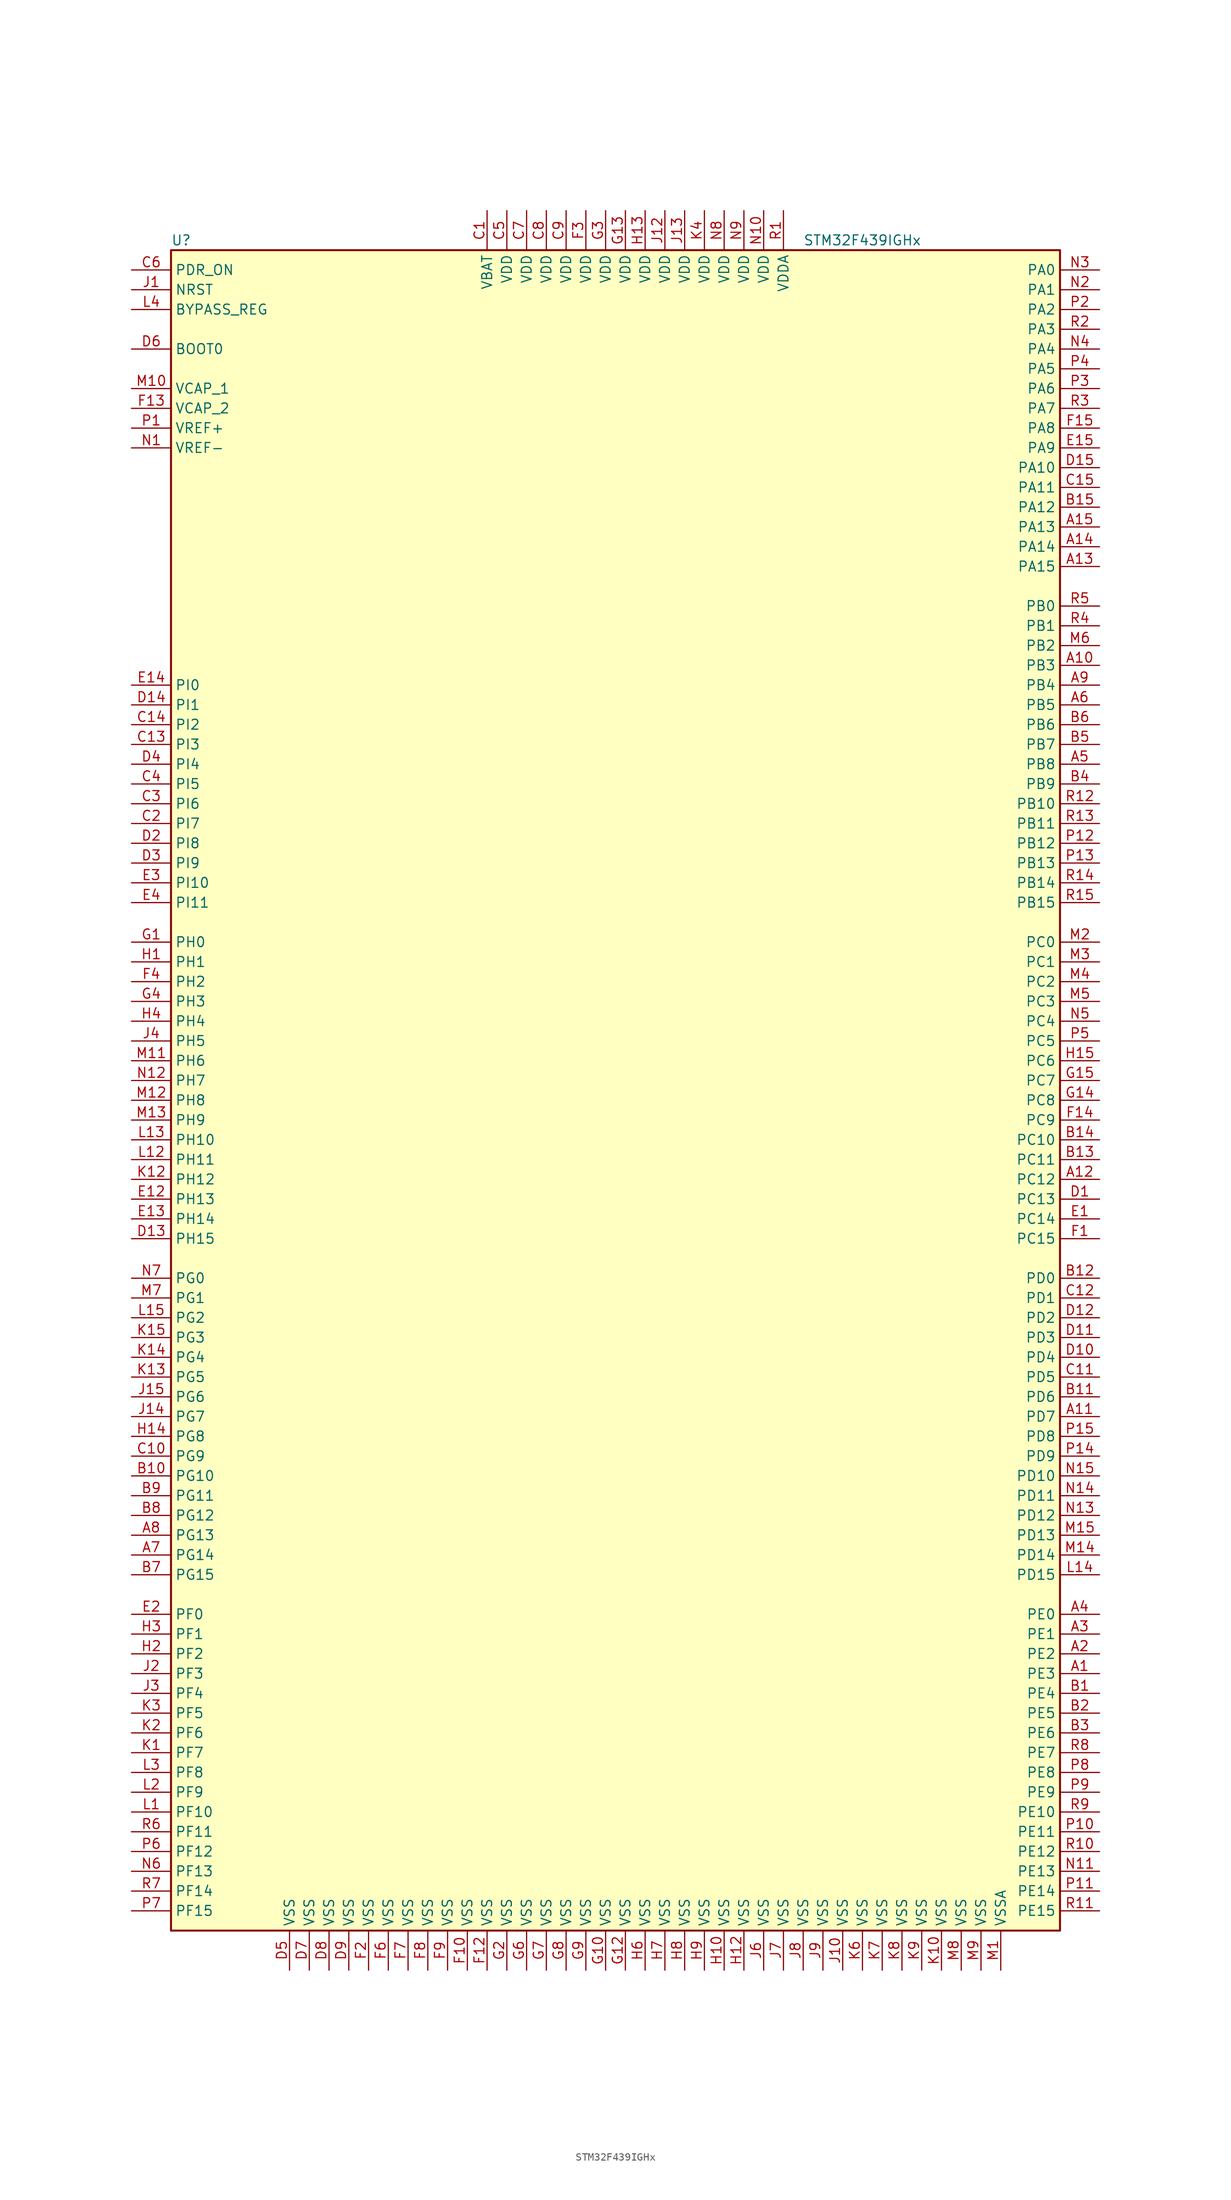
<source format=kicad_sym>
(kicad_symbol_lib
  (version 20201005)
  (generator kicad_symbol_editor)
  (symbol "MCU_ST_STM32F4:STM32F439IGHx"
    (property "Reference" "U"
      (at -58.42 107.95 0)
      (effects (font (size 1.27 1.27)) (justify left)))
    (property "Value" "STM32F439IGHx"
      (at 22.86 107.95 0)
      (effects (font (size 1.27 1.27)) (justify left)))
    (symbol "STM32F439IGHx_0_1"
      (rectangle (start -58.42 -109.22) (end 55.88 106.68) (stroke (width 0.254)) (fill (type background))))
    (symbol "STM32F439IGHx_1_1"
      (pin input line (at -63.5 93.98 0) (length 5.08) (name "BOOT0" (effects (font (size 1.27 1.27)))) (number "D6" (effects (font (size 1.27 1.27)))))
      (pin input line (at -63.5 99.06 0) (length 5.08) (name "BYPASS_REG" (effects (font (size 1.27 1.27)))) (number "L4" (effects (font (size 1.27 1.27)))))
      (pin input line (at -63.5 101.6 0) (length 5.08) (name "NRST" (effects (font (size 1.27 1.27)))) (number "J1" (effects (font (size 1.27 1.27)))))
      (pin bidirectional line (at 60.96 104.14 180) (length 5.08) (name "PA0" (effects (font (size 1.27 1.27)))) (number "N3" (effects (font (size 1.27 1.27)))))
      (pin bidirectional line (at 60.96 101.6 180) (length 5.08) (name "PA1" (effects (font (size 1.27 1.27)))) (number "N2" (effects (font (size 1.27 1.27)))))
      (pin bidirectional line (at 60.96 78.74 180) (length 5.08) (name "PA10" (effects (font (size 1.27 1.27)))) (number "D15" (effects (font (size 1.27 1.27)))))
      (pin bidirectional line (at 60.96 76.2 180) (length 5.08) (name "PA11" (effects (font (size 1.27 1.27)))) (number "C15" (effects (font (size 1.27 1.27)))))
      (pin bidirectional line (at 60.96 73.66 180) (length 5.08) (name "PA12" (effects (font (size 1.27 1.27)))) (number "B15" (effects (font (size 1.27 1.27)))))
      (pin bidirectional line (at 60.96 71.12 180) (length 5.08) (name "PA13" (effects (font (size 1.27 1.27)))) (number "A15" (effects (font (size 1.27 1.27)))))
      (pin bidirectional line (at 60.96 68.58 180) (length 5.08) (name "PA14" (effects (font (size 1.27 1.27)))) (number "A14" (effects (font (size 1.27 1.27)))))
      (pin bidirectional line (at 60.96 66.04 180) (length 5.08) (name "PA15" (effects (font (size 1.27 1.27)))) (number "A13" (effects (font (size 1.27 1.27)))))
      (pin bidirectional line (at 60.96 99.06 180) (length 5.08) (name "PA2" (effects (font (size 1.27 1.27)))) (number "P2" (effects (font (size 1.27 1.27)))))
      (pin bidirectional line (at 60.96 96.52 180) (length 5.08) (name "PA3" (effects (font (size 1.27 1.27)))) (number "R2" (effects (font (size 1.27 1.27)))))
      (pin bidirectional line (at 60.96 93.98 180) (length 5.08) (name "PA4" (effects (font (size 1.27 1.27)))) (number "N4" (effects (font (size 1.27 1.27)))))
      (pin bidirectional line (at 60.96 91.44 180) (length 5.08) (name "PA5" (effects (font (size 1.27 1.27)))) (number "P4" (effects (font (size 1.27 1.27)))))
      (pin bidirectional line (at 60.96 88.9 180) (length 5.08) (name "PA6" (effects (font (size 1.27 1.27)))) (number "P3" (effects (font (size 1.27 1.27)))))
      (pin bidirectional line (at 60.96 86.36 180) (length 5.08) (name "PA7" (effects (font (size 1.27 1.27)))) (number "R3" (effects (font (size 1.27 1.27)))))
      (pin bidirectional line (at 60.96 83.82 180) (length 5.08) (name "PA8" (effects (font (size 1.27 1.27)))) (number "F15" (effects (font (size 1.27 1.27)))))
      (pin bidirectional line (at 60.96 81.28 180) (length 5.08) (name "PA9" (effects (font (size 1.27 1.27)))) (number "E15" (effects (font (size 1.27 1.27)))))
      (pin bidirectional line (at 60.96 60.96 180) (length 5.08) (name "PB0" (effects (font (size 1.27 1.27)))) (number "R5" (effects (font (size 1.27 1.27)))))
      (pin bidirectional line (at 60.96 58.42 180) (length 5.08) (name "PB1" (effects (font (size 1.27 1.27)))) (number "R4" (effects (font (size 1.27 1.27)))))
      (pin bidirectional line (at 60.96 35.56 180) (length 5.08) (name "PB10" (effects (font (size 1.27 1.27)))) (number "R12" (effects (font (size 1.27 1.27)))))
      (pin bidirectional line (at 60.96 33.02 180) (length 5.08) (name "PB11" (effects (font (size 1.27 1.27)))) (number "R13" (effects (font (size 1.27 1.27)))))
      (pin bidirectional line (at 60.96 30.48 180) (length 5.08) (name "PB12" (effects (font (size 1.27 1.27)))) (number "P12" (effects (font (size 1.27 1.27)))))
      (pin bidirectional line (at 60.96 27.94 180) (length 5.08) (name "PB13" (effects (font (size 1.27 1.27)))) (number "P13" (effects (font (size 1.27 1.27)))))
      (pin bidirectional line (at 60.96 25.4 180) (length 5.08) (name "PB14" (effects (font (size 1.27 1.27)))) (number "R14" (effects (font (size 1.27 1.27)))))
      (pin bidirectional line (at 60.96 22.86 180) (length 5.08) (name "PB15" (effects (font (size 1.27 1.27)))) (number "R15" (effects (font (size 1.27 1.27)))))
      (pin bidirectional line (at 60.96 55.88 180) (length 5.08) (name "PB2" (effects (font (size 1.27 1.27)))) (number "M6" (effects (font (size 1.27 1.27)))))
      (pin bidirectional line (at 60.96 53.34 180) (length 5.08) (name "PB3" (effects (font (size 1.27 1.27)))) (number "A10" (effects (font (size 1.27 1.27)))))
      (pin bidirectional line (at 60.96 50.8 180) (length 5.08) (name "PB4" (effects (font (size 1.27 1.27)))) (number "A9" (effects (font (size 1.27 1.27)))))
      (pin bidirectional line (at 60.96 48.26 180) (length 5.08) (name "PB5" (effects (font (size 1.27 1.27)))) (number "A6" (effects (font (size 1.27 1.27)))))
      (pin bidirectional line (at 60.96 45.72 180) (length 5.08) (name "PB6" (effects (font (size 1.27 1.27)))) (number "B6" (effects (font (size 1.27 1.27)))))
      (pin bidirectional line (at 60.96 43.18 180) (length 5.08) (name "PB7" (effects (font (size 1.27 1.27)))) (number "B5" (effects (font (size 1.27 1.27)))))
      (pin bidirectional line (at 60.96 40.64 180) (length 5.08) (name "PB8" (effects (font (size 1.27 1.27)))) (number "A5" (effects (font (size 1.27 1.27)))))
      (pin bidirectional line (at 60.96 38.1 180) (length 5.08) (name "PB9" (effects (font (size 1.27 1.27)))) (number "B4" (effects (font (size 1.27 1.27)))))
      (pin bidirectional line (at 60.96 17.78 180) (length 5.08) (name "PC0" (effects (font (size 1.27 1.27)))) (number "M2" (effects (font (size 1.27 1.27)))))
      (pin bidirectional line (at 60.96 15.24 180) (length 5.08) (name "PC1" (effects (font (size 1.27 1.27)))) (number "M3" (effects (font (size 1.27 1.27)))))
      (pin bidirectional line (at 60.96 -7.62 180) (length 5.08) (name "PC10" (effects (font (size 1.27 1.27)))) (number "B14" (effects (font (size 1.27 1.27)))))
      (pin bidirectional line (at 60.96 -10.16 180) (length 5.08) (name "PC11" (effects (font (size 1.27 1.27)))) (number "B13" (effects (font (size 1.27 1.27)))))
      (pin bidirectional line (at 60.96 -12.7 180) (length 5.08) (name "PC12" (effects (font (size 1.27 1.27)))) (number "A12" (effects (font (size 1.27 1.27)))))
      (pin bidirectional line (at 60.96 -15.24 180) (length 5.08) (name "PC13" (effects (font (size 1.27 1.27)))) (number "D1" (effects (font (size 1.27 1.27)))))
      (pin bidirectional line (at 60.96 -17.78 180) (length 5.08) (name "PC14" (effects (font (size 1.27 1.27)))) (number "E1" (effects (font (size 1.27 1.27)))))
      (pin bidirectional line (at 60.96 -20.32 180) (length 5.08) (name "PC15" (effects (font (size 1.27 1.27)))) (number "F1" (effects (font (size 1.27 1.27)))))
      (pin bidirectional line (at 60.96 12.7 180) (length 5.08) (name "PC2" (effects (font (size 1.27 1.27)))) (number "M4" (effects (font (size 1.27 1.27)))))
      (pin bidirectional line (at 60.96 10.16 180) (length 5.08) (name "PC3" (effects (font (size 1.27 1.27)))) (number "M5" (effects (font (size 1.27 1.27)))))
      (pin bidirectional line (at 60.96 7.62 180) (length 5.08) (name "PC4" (effects (font (size 1.27 1.27)))) (number "N5" (effects (font (size 1.27 1.27)))))
      (pin bidirectional line (at 60.96 5.08 180) (length 5.08) (name "PC5" (effects (font (size 1.27 1.27)))) (number "P5" (effects (font (size 1.27 1.27)))))
      (pin bidirectional line (at 60.96 2.54 180) (length 5.08) (name "PC6" (effects (font (size 1.27 1.27)))) (number "H15" (effects (font (size 1.27 1.27)))))
      (pin bidirectional line (at 60.96 0 180) (length 5.08) (name "PC7" (effects (font (size 1.27 1.27)))) (number "G15" (effects (font (size 1.27 1.27)))))
      (pin bidirectional line (at 60.96 -2.54 180) (length 5.08) (name "PC8" (effects (font (size 1.27 1.27)))) (number "G14" (effects (font (size 1.27 1.27)))))
      (pin bidirectional line (at 60.96 -5.08 180) (length 5.08) (name "PC9" (effects (font (size 1.27 1.27)))) (number "F14" (effects (font (size 1.27 1.27)))))
      (pin bidirectional line (at 60.96 -25.4 180) (length 5.08) (name "PD0" (effects (font (size 1.27 1.27)))) (number "B12" (effects (font (size 1.27 1.27)))))
      (pin bidirectional line (at 60.96 -27.94 180) (length 5.08) (name "PD1" (effects (font (size 1.27 1.27)))) (number "C12" (effects (font (size 1.27 1.27)))))
      (pin bidirectional line (at 60.96 -50.8 180) (length 5.08) (name "PD10" (effects (font (size 1.27 1.27)))) (number "N15" (effects (font (size 1.27 1.27)))))
      (pin bidirectional line (at 60.96 -53.34 180) (length 5.08) (name "PD11" (effects (font (size 1.27 1.27)))) (number "N14" (effects (font (size 1.27 1.27)))))
      (pin bidirectional line (at 60.96 -55.88 180) (length 5.08) (name "PD12" (effects (font (size 1.27 1.27)))) (number "N13" (effects (font (size 1.27 1.27)))))
      (pin bidirectional line (at 60.96 -58.42 180) (length 5.08) (name "PD13" (effects (font (size 1.27 1.27)))) (number "M15" (effects (font (size 1.27 1.27)))))
      (pin bidirectional line (at 60.96 -60.96 180) (length 5.08) (name "PD14" (effects (font (size 1.27 1.27)))) (number "M14" (effects (font (size 1.27 1.27)))))
      (pin bidirectional line (at 60.96 -63.5 180) (length 5.08) (name "PD15" (effects (font (size 1.27 1.27)))) (number "L14" (effects (font (size 1.27 1.27)))))
      (pin bidirectional line (at 60.96 -30.48 180) (length 5.08) (name "PD2" (effects (font (size 1.27 1.27)))) (number "D12" (effects (font (size 1.27 1.27)))))
      (pin bidirectional line (at 60.96 -33.02 180) (length 5.08) (name "PD3" (effects (font (size 1.27 1.27)))) (number "D11" (effects (font (size 1.27 1.27)))))
      (pin bidirectional line (at 60.96 -35.56 180) (length 5.08) (name "PD4" (effects (font (size 1.27 1.27)))) (number "D10" (effects (font (size 1.27 1.27)))))
      (pin bidirectional line (at 60.96 -38.1 180) (length 5.08) (name "PD5" (effects (font (size 1.27 1.27)))) (number "C11" (effects (font (size 1.27 1.27)))))
      (pin bidirectional line (at 60.96 -40.64 180) (length 5.08) (name "PD6" (effects (font (size 1.27 1.27)))) (number "B11" (effects (font (size 1.27 1.27)))))
      (pin bidirectional line (at 60.96 -43.18 180) (length 5.08) (name "PD7" (effects (font (size 1.27 1.27)))) (number "A11" (effects (font (size 1.27 1.27)))))
      (pin bidirectional line (at 60.96 -45.72 180) (length 5.08) (name "PD8" (effects (font (size 1.27 1.27)))) (number "P15" (effects (font (size 1.27 1.27)))))
      (pin bidirectional line (at 60.96 -48.26 180) (length 5.08) (name "PD9" (effects (font (size 1.27 1.27)))) (number "P14" (effects (font (size 1.27 1.27)))))
      (pin input line (at -63.5 104.14 0) (length 5.08) (name "PDR_ON" (effects (font (size 1.27 1.27)))) (number "C6" (effects (font (size 1.27 1.27)))))
      (pin bidirectional line (at 60.96 -68.58 180) (length 5.08) (name "PE0" (effects (font (size 1.27 1.27)))) (number "A4" (effects (font (size 1.27 1.27)))))
      (pin bidirectional line (at 60.96 -71.12 180) (length 5.08) (name "PE1" (effects (font (size 1.27 1.27)))) (number "A3" (effects (font (size 1.27 1.27)))))
      (pin bidirectional line (at 60.96 -93.98 180) (length 5.08) (name "PE10" (effects (font (size 1.27 1.27)))) (number "R9" (effects (font (size 1.27 1.27)))))
      (pin bidirectional line (at 60.96 -96.52 180) (length 5.08) (name "PE11" (effects (font (size 1.27 1.27)))) (number "P10" (effects (font (size 1.27 1.27)))))
      (pin bidirectional line (at 60.96 -99.06 180) (length 5.08) (name "PE12" (effects (font (size 1.27 1.27)))) (number "R10" (effects (font (size 1.27 1.27)))))
      (pin bidirectional line (at 60.96 -101.6 180) (length 5.08) (name "PE13" (effects (font (size 1.27 1.27)))) (number "N11" (effects (font (size 1.27 1.27)))))
      (pin bidirectional line (at 60.96 -104.14 180) (length 5.08) (name "PE14" (effects (font (size 1.27 1.27)))) (number "P11" (effects (font (size 1.27 1.27)))))
      (pin bidirectional line (at 60.96 -106.68 180) (length 5.08) (name "PE15" (effects (font (size 1.27 1.27)))) (number "R11" (effects (font (size 1.27 1.27)))))
      (pin bidirectional line (at 60.96 -73.66 180) (length 5.08) (name "PE2" (effects (font (size 1.27 1.27)))) (number "A2" (effects (font (size 1.27 1.27)))))
      (pin bidirectional line (at 60.96 -76.2 180) (length 5.08) (name "PE3" (effects (font (size 1.27 1.27)))) (number "A1" (effects (font (size 1.27 1.27)))))
      (pin bidirectional line (at 60.96 -78.74 180) (length 5.08) (name "PE4" (effects (font (size 1.27 1.27)))) (number "B1" (effects (font (size 1.27 1.27)))))
      (pin bidirectional line (at 60.96 -81.28 180) (length 5.08) (name "PE5" (effects (font (size 1.27 1.27)))) (number "B2" (effects (font (size 1.27 1.27)))))
      (pin bidirectional line (at 60.96 -83.82 180) (length 5.08) (name "PE6" (effects (font (size 1.27 1.27)))) (number "B3" (effects (font (size 1.27 1.27)))))
      (pin bidirectional line (at 60.96 -86.36 180) (length 5.08) (name "PE7" (effects (font (size 1.27 1.27)))) (number "R8" (effects (font (size 1.27 1.27)))))
      (pin bidirectional line (at 60.96 -88.9 180) (length 5.08) (name "PE8" (effects (font (size 1.27 1.27)))) (number "P8" (effects (font (size 1.27 1.27)))))
      (pin bidirectional line (at 60.96 -91.44 180) (length 5.08) (name "PE9" (effects (font (size 1.27 1.27)))) (number "P9" (effects (font (size 1.27 1.27)))))
      (pin bidirectional line (at -63.5 -68.58 0) (length 5.08) (name "PF0" (effects (font (size 1.27 1.27)))) (number "E2" (effects (font (size 1.27 1.27)))))
      (pin bidirectional line (at -63.5 -71.12 0) (length 5.08) (name "PF1" (effects (font (size 1.27 1.27)))) (number "H3" (effects (font (size 1.27 1.27)))))
      (pin bidirectional line (at -63.5 -93.98 0) (length 5.08) (name "PF10" (effects (font (size 1.27 1.27)))) (number "L1" (effects (font (size 1.27 1.27)))))
      (pin bidirectional line (at -63.5 -96.52 0) (length 5.08) (name "PF11" (effects (font (size 1.27 1.27)))) (number "R6" (effects (font (size 1.27 1.27)))))
      (pin bidirectional line (at -63.5 -99.06 0) (length 5.08) (name "PF12" (effects (font (size 1.27 1.27)))) (number "P6" (effects (font (size 1.27 1.27)))))
      (pin bidirectional line (at -63.5 -101.6 0) (length 5.08) (name "PF13" (effects (font (size 1.27 1.27)))) (number "N6" (effects (font (size 1.27 1.27)))))
      (pin bidirectional line (at -63.5 -104.14 0) (length 5.08) (name "PF14" (effects (font (size 1.27 1.27)))) (number "R7" (effects (font (size 1.27 1.27)))))
      (pin bidirectional line (at -63.5 -106.68 0) (length 5.08) (name "PF15" (effects (font (size 1.27 1.27)))) (number "P7" (effects (font (size 1.27 1.27)))))
      (pin bidirectional line (at -63.5 -73.66 0) (length 5.08) (name "PF2" (effects (font (size 1.27 1.27)))) (number "H2" (effects (font (size 1.27 1.27)))))
      (pin bidirectional line (at -63.5 -76.2 0) (length 5.08) (name "PF3" (effects (font (size 1.27 1.27)))) (number "J2" (effects (font (size 1.27 1.27)))))
      (pin bidirectional line (at -63.5 -78.74 0) (length 5.08) (name "PF4" (effects (font (size 1.27 1.27)))) (number "J3" (effects (font (size 1.27 1.27)))))
      (pin bidirectional line (at -63.5 -81.28 0) (length 5.08) (name "PF5" (effects (font (size 1.27 1.27)))) (number "K3" (effects (font (size 1.27 1.27)))))
      (pin bidirectional line (at -63.5 -83.82 0) (length 5.08) (name "PF6" (effects (font (size 1.27 1.27)))) (number "K2" (effects (font (size 1.27 1.27)))))
      (pin bidirectional line (at -63.5 -86.36 0) (length 5.08) (name "PF7" (effects (font (size 1.27 1.27)))) (number "K1" (effects (font (size 1.27 1.27)))))
      (pin bidirectional line (at -63.5 -88.9 0) (length 5.08) (name "PF8" (effects (font (size 1.27 1.27)))) (number "L3" (effects (font (size 1.27 1.27)))))
      (pin bidirectional line (at -63.5 -91.44 0) (length 5.08) (name "PF9" (effects (font (size 1.27 1.27)))) (number "L2" (effects (font (size 1.27 1.27)))))
      (pin bidirectional line (at -63.5 -25.4 0) (length 5.08) (name "PG0" (effects (font (size 1.27 1.27)))) (number "N7" (effects (font (size 1.27 1.27)))))
      (pin bidirectional line (at -63.5 -27.94 0) (length 5.08) (name "PG1" (effects (font (size 1.27 1.27)))) (number "M7" (effects (font (size 1.27 1.27)))))
      (pin bidirectional line (at -63.5 -50.8 0) (length 5.08) (name "PG10" (effects (font (size 1.27 1.27)))) (number "B10" (effects (font (size 1.27 1.27)))))
      (pin bidirectional line (at -63.5 -53.34 0) (length 5.08) (name "PG11" (effects (font (size 1.27 1.27)))) (number "B9" (effects (font (size 1.27 1.27)))))
      (pin bidirectional line (at -63.5 -55.88 0) (length 5.08) (name "PG12" (effects (font (size 1.27 1.27)))) (number "B8" (effects (font (size 1.27 1.27)))))
      (pin bidirectional line (at -63.5 -58.42 0) (length 5.08) (name "PG13" (effects (font (size 1.27 1.27)))) (number "A8" (effects (font (size 1.27 1.27)))))
      (pin bidirectional line (at -63.5 -60.96 0) (length 5.08) (name "PG14" (effects (font (size 1.27 1.27)))) (number "A7" (effects (font (size 1.27 1.27)))))
      (pin bidirectional line (at -63.5 -63.5 0) (length 5.08) (name "PG15" (effects (font (size 1.27 1.27)))) (number "B7" (effects (font (size 1.27 1.27)))))
      (pin bidirectional line (at -63.5 -30.48 0) (length 5.08) (name "PG2" (effects (font (size 1.27 1.27)))) (number "L15" (effects (font (size 1.27 1.27)))))
      (pin bidirectional line (at -63.5 -33.02 0) (length 5.08) (name "PG3" (effects (font (size 1.27 1.27)))) (number "K15" (effects (font (size 1.27 1.27)))))
      (pin bidirectional line (at -63.5 -35.56 0) (length 5.08) (name "PG4" (effects (font (size 1.27 1.27)))) (number "K14" (effects (font (size 1.27 1.27)))))
      (pin bidirectional line (at -63.5 -38.1 0) (length 5.08) (name "PG5" (effects (font (size 1.27 1.27)))) (number "K13" (effects (font (size 1.27 1.27)))))
      (pin bidirectional line (at -63.5 -40.64 0) (length 5.08) (name "PG6" (effects (font (size 1.27 1.27)))) (number "J15" (effects (font (size 1.27 1.27)))))
      (pin bidirectional line (at -63.5 -43.18 0) (length 5.08) (name "PG7" (effects (font (size 1.27 1.27)))) (number "J14" (effects (font (size 1.27 1.27)))))
      (pin bidirectional line (at -63.5 -45.72 0) (length 5.08) (name "PG8" (effects (font (size 1.27 1.27)))) (number "H14" (effects (font (size 1.27 1.27)))))
      (pin bidirectional line (at -63.5 -48.26 0) (length 5.08) (name "PG9" (effects (font (size 1.27 1.27)))) (number "C10" (effects (font (size 1.27 1.27)))))
      (pin input line (at -63.5 17.78 0) (length 5.08) (name "PH0" (effects (font (size 1.27 1.27)))) (number "G1" (effects (font (size 1.27 1.27)))))
      (pin input line (at -63.5 15.24 0) (length 5.08) (name "PH1" (effects (font (size 1.27 1.27)))) (number "H1" (effects (font (size 1.27 1.27)))))
      (pin bidirectional line (at -63.5 -7.62 0) (length 5.08) (name "PH10" (effects (font (size 1.27 1.27)))) (number "L13" (effects (font (size 1.27 1.27)))))
      (pin bidirectional line (at -63.5 -10.16 0) (length 5.08) (name "PH11" (effects (font (size 1.27 1.27)))) (number "L12" (effects (font (size 1.27 1.27)))))
      (pin bidirectional line (at -63.5 -12.7 0) (length 5.08) (name "PH12" (effects (font (size 1.27 1.27)))) (number "K12" (effects (font (size 1.27 1.27)))))
      (pin bidirectional line (at -63.5 -15.24 0) (length 5.08) (name "PH13" (effects (font (size 1.27 1.27)))) (number "E12" (effects (font (size 1.27 1.27)))))
      (pin bidirectional line (at -63.5 -17.78 0) (length 5.08) (name "PH14" (effects (font (size 1.27 1.27)))) (number "E13" (effects (font (size 1.27 1.27)))))
      (pin bidirectional line (at -63.5 -20.32 0) (length 5.08) (name "PH15" (effects (font (size 1.27 1.27)))) (number "D13" (effects (font (size 1.27 1.27)))))
      (pin bidirectional line (at -63.5 12.7 0) (length 5.08) (name "PH2" (effects (font (size 1.27 1.27)))) (number "F4" (effects (font (size 1.27 1.27)))))
      (pin bidirectional line (at -63.5 10.16 0) (length 5.08) (name "PH3" (effects (font (size 1.27 1.27)))) (number "G4" (effects (font (size 1.27 1.27)))))
      (pin bidirectional line (at -63.5 7.62 0) (length 5.08) (name "PH4" (effects (font (size 1.27 1.27)))) (number "H4" (effects (font (size 1.27 1.27)))))
      (pin bidirectional line (at -63.5 5.08 0) (length 5.08) (name "PH5" (effects (font (size 1.27 1.27)))) (number "J4" (effects (font (size 1.27 1.27)))))
      (pin bidirectional line (at -63.5 2.54 0) (length 5.08) (name "PH6" (effects (font (size 1.27 1.27)))) (number "M11" (effects (font (size 1.27 1.27)))))
      (pin bidirectional line (at -63.5 0 0) (length 5.08) (name "PH7" (effects (font (size 1.27 1.27)))) (number "N12" (effects (font (size 1.27 1.27)))))
      (pin bidirectional line (at -63.5 -2.54 0) (length 5.08) (name "PH8" (effects (font (size 1.27 1.27)))) (number "M12" (effects (font (size 1.27 1.27)))))
      (pin bidirectional line (at -63.5 -5.08 0) (length 5.08) (name "PH9" (effects (font (size 1.27 1.27)))) (number "M13" (effects (font (size 1.27 1.27)))))
      (pin bidirectional line (at -63.5 50.8 0) (length 5.08) (name "PI0" (effects (font (size 1.27 1.27)))) (number "E14" (effects (font (size 1.27 1.27)))))
      (pin bidirectional line (at -63.5 48.26 0) (length 5.08) (name "PI1" (effects (font (size 1.27 1.27)))) (number "D14" (effects (font (size 1.27 1.27)))))
      (pin bidirectional line (at -63.5 25.4 0) (length 5.08) (name "PI10" (effects (font (size 1.27 1.27)))) (number "E3" (effects (font (size 1.27 1.27)))))
      (pin bidirectional line (at -63.5 22.86 0) (length 5.08) (name "PI11" (effects (font (size 1.27 1.27)))) (number "E4" (effects (font (size 1.27 1.27)))))
      (pin bidirectional line (at -63.5 45.72 0) (length 5.08) (name "PI2" (effects (font (size 1.27 1.27)))) (number "C14" (effects (font (size 1.27 1.27)))))
      (pin bidirectional line (at -63.5 43.18 0) (length 5.08) (name "PI3" (effects (font (size 1.27 1.27)))) (number "C13" (effects (font (size 1.27 1.27)))))
      (pin bidirectional line (at -63.5 40.64 0) (length 5.08) (name "PI4" (effects (font (size 1.27 1.27)))) (number "D4" (effects (font (size 1.27 1.27)))))
      (pin bidirectional line (at -63.5 38.1 0) (length 5.08) (name "PI5" (effects (font (size 1.27 1.27)))) (number "C4" (effects (font (size 1.27 1.27)))))
      (pin bidirectional line (at -63.5 35.56 0) (length 5.08) (name "PI6" (effects (font (size 1.27 1.27)))) (number "C3" (effects (font (size 1.27 1.27)))))
      (pin bidirectional line (at -63.5 33.02 0) (length 5.08) (name "PI7" (effects (font (size 1.27 1.27)))) (number "C2" (effects (font (size 1.27 1.27)))))
      (pin bidirectional line (at -63.5 30.48 0) (length 5.08) (name "PI8" (effects (font (size 1.27 1.27)))) (number "D2" (effects (font (size 1.27 1.27)))))
      (pin bidirectional line (at -63.5 27.94 0) (length 5.08) (name "PI9" (effects (font (size 1.27 1.27)))) (number "D3" (effects (font (size 1.27 1.27)))))
      (pin power_in line (at -17.78 111.76 270) (length 5.08) (name "VBAT" (effects (font (size 1.27 1.27)))) (number "C1" (effects (font (size 1.27 1.27)))))
      (pin power_in line (at -63.5 88.9 0) (length 5.08) (name "VCAP_1" (effects (font (size 1.27 1.27)))) (number "M10" (effects (font (size 1.27 1.27)))))
      (pin power_in line (at -63.5 86.36 0) (length 5.08) (name "VCAP_2" (effects (font (size 1.27 1.27)))) (number "F13" (effects (font (size 1.27 1.27)))))
      (pin power_in line (at -15.24 111.76 270) (length 5.08) (name "VDD" (effects (font (size 1.27 1.27)))) (number "C5" (effects (font (size 1.27 1.27)))))
      (pin power_in line (at -12.7 111.76 270) (length 5.08) (name "VDD" (effects (font (size 1.27 1.27)))) (number "C7" (effects (font (size 1.27 1.27)))))
      (pin power_in line (at -10.16 111.76 270) (length 5.08) (name "VDD" (effects (font (size 1.27 1.27)))) (number "C8" (effects (font (size 1.27 1.27)))))
      (pin power_in line (at -7.62 111.76 270) (length 5.08) (name "VDD" (effects (font (size 1.27 1.27)))) (number "C9" (effects (font (size 1.27 1.27)))))
      (pin power_in line (at -5.08 111.76 270) (length 5.08) (name "VDD" (effects (font (size 1.27 1.27)))) (number "F3" (effects (font (size 1.27 1.27)))))
      (pin power_in line (at 0 111.76 270) (length 5.08) (name "VDD" (effects (font (size 1.27 1.27)))) (number "G13" (effects (font (size 1.27 1.27)))))
      (pin power_in line (at -2.54 111.76 270) (length 5.08) (name "VDD" (effects (font (size 1.27 1.27)))) (number "G3" (effects (font (size 1.27 1.27)))))
      (pin power_in line (at 2.54 111.76 270) (length 5.08) (name "VDD" (effects (font (size 1.27 1.27)))) (number "H13" (effects (font (size 1.27 1.27)))))
      (pin power_in line (at 5.08 111.76 270) (length 5.08) (name "VDD" (effects (font (size 1.27 1.27)))) (number "J12" (effects (font (size 1.27 1.27)))))
      (pin power_in line (at 7.62 111.76 270) (length 5.08) (name "VDD" (effects (font (size 1.27 1.27)))) (number "J13" (effects (font (size 1.27 1.27)))))
      (pin power_in line (at 10.16 111.76 270) (length 5.08) (name "VDD" (effects (font (size 1.27 1.27)))) (number "K4" (effects (font (size 1.27 1.27)))))
      (pin power_in line (at 17.78 111.76 270) (length 5.08) (name "VDD" (effects (font (size 1.27 1.27)))) (number "N10" (effects (font (size 1.27 1.27)))))
      (pin power_in line (at 12.7 111.76 270) (length 5.08) (name "VDD" (effects (font (size 1.27 1.27)))) (number "N8" (effects (font (size 1.27 1.27)))))
      (pin power_in line (at 15.24 111.76 270) (length 5.08) (name "VDD" (effects (font (size 1.27 1.27)))) (number "N9" (effects (font (size 1.27 1.27)))))
      (pin power_in line (at 20.32 111.76 270) (length 5.08) (name "VDDA" (effects (font (size 1.27 1.27)))) (number "R1" (effects (font (size 1.27 1.27)))))
      (pin power_in line (at -63.5 83.82 0) (length 5.08) (name "VREF+" (effects (font (size 1.27 1.27)))) (number "P1" (effects (font (size 1.27 1.27)))))
      (pin power_in line (at -63.5 81.28 0) (length 5.08) (name "VREF-" (effects (font (size 1.27 1.27)))) (number "N1" (effects (font (size 1.27 1.27)))))
      (pin power_in line (at -43.18 -114.3 90) (length 5.08) (name "VSS" (effects (font (size 1.27 1.27)))) (number "D5" (effects (font (size 1.27 1.27)))))
      (pin power_in line (at -40.64 -114.3 90) (length 5.08) (name "VSS" (effects (font (size 1.27 1.27)))) (number "D7" (effects (font (size 1.27 1.27)))))
      (pin power_in line (at -38.1 -114.3 90) (length 5.08) (name "VSS" (effects (font (size 1.27 1.27)))) (number "D8" (effects (font (size 1.27 1.27)))))
      (pin power_in line (at -35.56 -114.3 90) (length 5.08) (name "VSS" (effects (font (size 1.27 1.27)))) (number "D9" (effects (font (size 1.27 1.27)))))
      (pin power_in line (at -20.32 -114.3 90) (length 5.08) (name "VSS" (effects (font (size 1.27 1.27)))) (number "F10" (effects (font (size 1.27 1.27)))))
      (pin power_in line (at -17.78 -114.3 90) (length 5.08) (name "VSS" (effects (font (size 1.27 1.27)))) (number "F12" (effects (font (size 1.27 1.27)))))
      (pin power_in line (at -33.02 -114.3 90) (length 5.08) (name "VSS" (effects (font (size 1.27 1.27)))) (number "F2" (effects (font (size 1.27 1.27)))))
      (pin power_in line (at -30.48 -114.3 90) (length 5.08) (name "VSS" (effects (font (size 1.27 1.27)))) (number "F6" (effects (font (size 1.27 1.27)))))
      (pin power_in line (at -27.94 -114.3 90) (length 5.08) (name "VSS" (effects (font (size 1.27 1.27)))) (number "F7" (effects (font (size 1.27 1.27)))))
      (pin power_in line (at -25.4 -114.3 90) (length 5.08) (name "VSS" (effects (font (size 1.27 1.27)))) (number "F8" (effects (font (size 1.27 1.27)))))
      (pin power_in line (at -22.86 -114.3 90) (length 5.08) (name "VSS" (effects (font (size 1.27 1.27)))) (number "F9" (effects (font (size 1.27 1.27)))))
      (pin power_in line (at -2.54 -114.3 90) (length 5.08) (name "VSS" (effects (font (size 1.27 1.27)))) (number "G10" (effects (font (size 1.27 1.27)))))
      (pin power_in line (at 0 -114.3 90) (length 5.08) (name "VSS" (effects (font (size 1.27 1.27)))) (number "G12" (effects (font (size 1.27 1.27)))))
      (pin power_in line (at -15.24 -114.3 90) (length 5.08) (name "VSS" (effects (font (size 1.27 1.27)))) (number "G2" (effects (font (size 1.27 1.27)))))
      (pin power_in line (at -12.7 -114.3 90) (length 5.08) (name "VSS" (effects (font (size 1.27 1.27)))) (number "G6" (effects (font (size 1.27 1.27)))))
      (pin power_in line (at -10.16 -114.3 90) (length 5.08) (name "VSS" (effects (font (size 1.27 1.27)))) (number "G7" (effects (font (size 1.27 1.27)))))
      (pin power_in line (at -7.62 -114.3 90) (length 5.08) (name "VSS" (effects (font (size 1.27 1.27)))) (number "G8" (effects (font (size 1.27 1.27)))))
      (pin power_in line (at -5.08 -114.3 90) (length 5.08) (name "VSS" (effects (font (size 1.27 1.27)))) (number "G9" (effects (font (size 1.27 1.27)))))
      (pin power_in line (at 12.7 -114.3 90) (length 5.08) (name "VSS" (effects (font (size 1.27 1.27)))) (number "H10" (effects (font (size 1.27 1.27)))))
      (pin power_in line (at 15.24 -114.3 90) (length 5.08) (name "VSS" (effects (font (size 1.27 1.27)))) (number "H12" (effects (font (size 1.27 1.27)))))
      (pin power_in line (at 2.54 -114.3 90) (length 5.08) (name "VSS" (effects (font (size 1.27 1.27)))) (number "H6" (effects (font (size 1.27 1.27)))))
      (pin power_in line (at 5.08 -114.3 90) (length 5.08) (name "VSS" (effects (font (size 1.27 1.27)))) (number "H7" (effects (font (size 1.27 1.27)))))
      (pin power_in line (at 7.62 -114.3 90) (length 5.08) (name "VSS" (effects (font (size 1.27 1.27)))) (number "H8" (effects (font (size 1.27 1.27)))))
      (pin power_in line (at 10.16 -114.3 90) (length 5.08) (name "VSS" (effects (font (size 1.27 1.27)))) (number "H9" (effects (font (size 1.27 1.27)))))
      (pin power_in line (at 27.94 -114.3 90) (length 5.08) (name "VSS" (effects (font (size 1.27 1.27)))) (number "J10" (effects (font (size 1.27 1.27)))))
      (pin power_in line (at 17.78 -114.3 90) (length 5.08) (name "VSS" (effects (font (size 1.27 1.27)))) (number "J6" (effects (font (size 1.27 1.27)))))
      (pin power_in line (at 20.32 -114.3 90) (length 5.08) (name "VSS" (effects (font (size 1.27 1.27)))) (number "J7" (effects (font (size 1.27 1.27)))))
      (pin power_in line (at 22.86 -114.3 90) (length 5.08) (name "VSS" (effects (font (size 1.27 1.27)))) (number "J8" (effects (font (size 1.27 1.27)))))
      (pin power_in line (at 25.4 -114.3 90) (length 5.08) (name "VSS" (effects (font (size 1.27 1.27)))) (number "J9" (effects (font (size 1.27 1.27)))))
      (pin power_in line (at 40.64 -114.3 90) (length 5.08) (name "VSS" (effects (font (size 1.27 1.27)))) (number "K10" (effects (font (size 1.27 1.27)))))
      (pin power_in line (at 30.48 -114.3 90) (length 5.08) (name "VSS" (effects (font (size 1.27 1.27)))) (number "K6" (effects (font (size 1.27 1.27)))))
      (pin power_in line (at 33.02 -114.3 90) (length 5.08) (name "VSS" (effects (font (size 1.27 1.27)))) (number "K7" (effects (font (size 1.27 1.27)))))
      (pin power_in line (at 35.56 -114.3 90) (length 5.08) (name "VSS" (effects (font (size 1.27 1.27)))) (number "K8" (effects (font (size 1.27 1.27)))))
      (pin power_in line (at 38.1 -114.3 90) (length 5.08) (name "VSS" (effects (font (size 1.27 1.27)))) (number "K9" (effects (font (size 1.27 1.27)))))
      (pin power_in line (at 43.18 -114.3 90) (length 5.08) (name "VSS" (effects (font (size 1.27 1.27)))) (number "M8" (effects (font (size 1.27 1.27)))))
      (pin power_in line (at 45.72 -114.3 90) (length 5.08) (name "VSS" (effects (font (size 1.27 1.27)))) (number "M9" (effects (font (size 1.27 1.27)))))
      (pin power_in line (at 48.26 -114.3 90) (length 5.08) (name "VSSA" (effects (font (size 1.27 1.27)))) (number "M1" (effects (font (size 1.27 1.27))))))))
</source>
